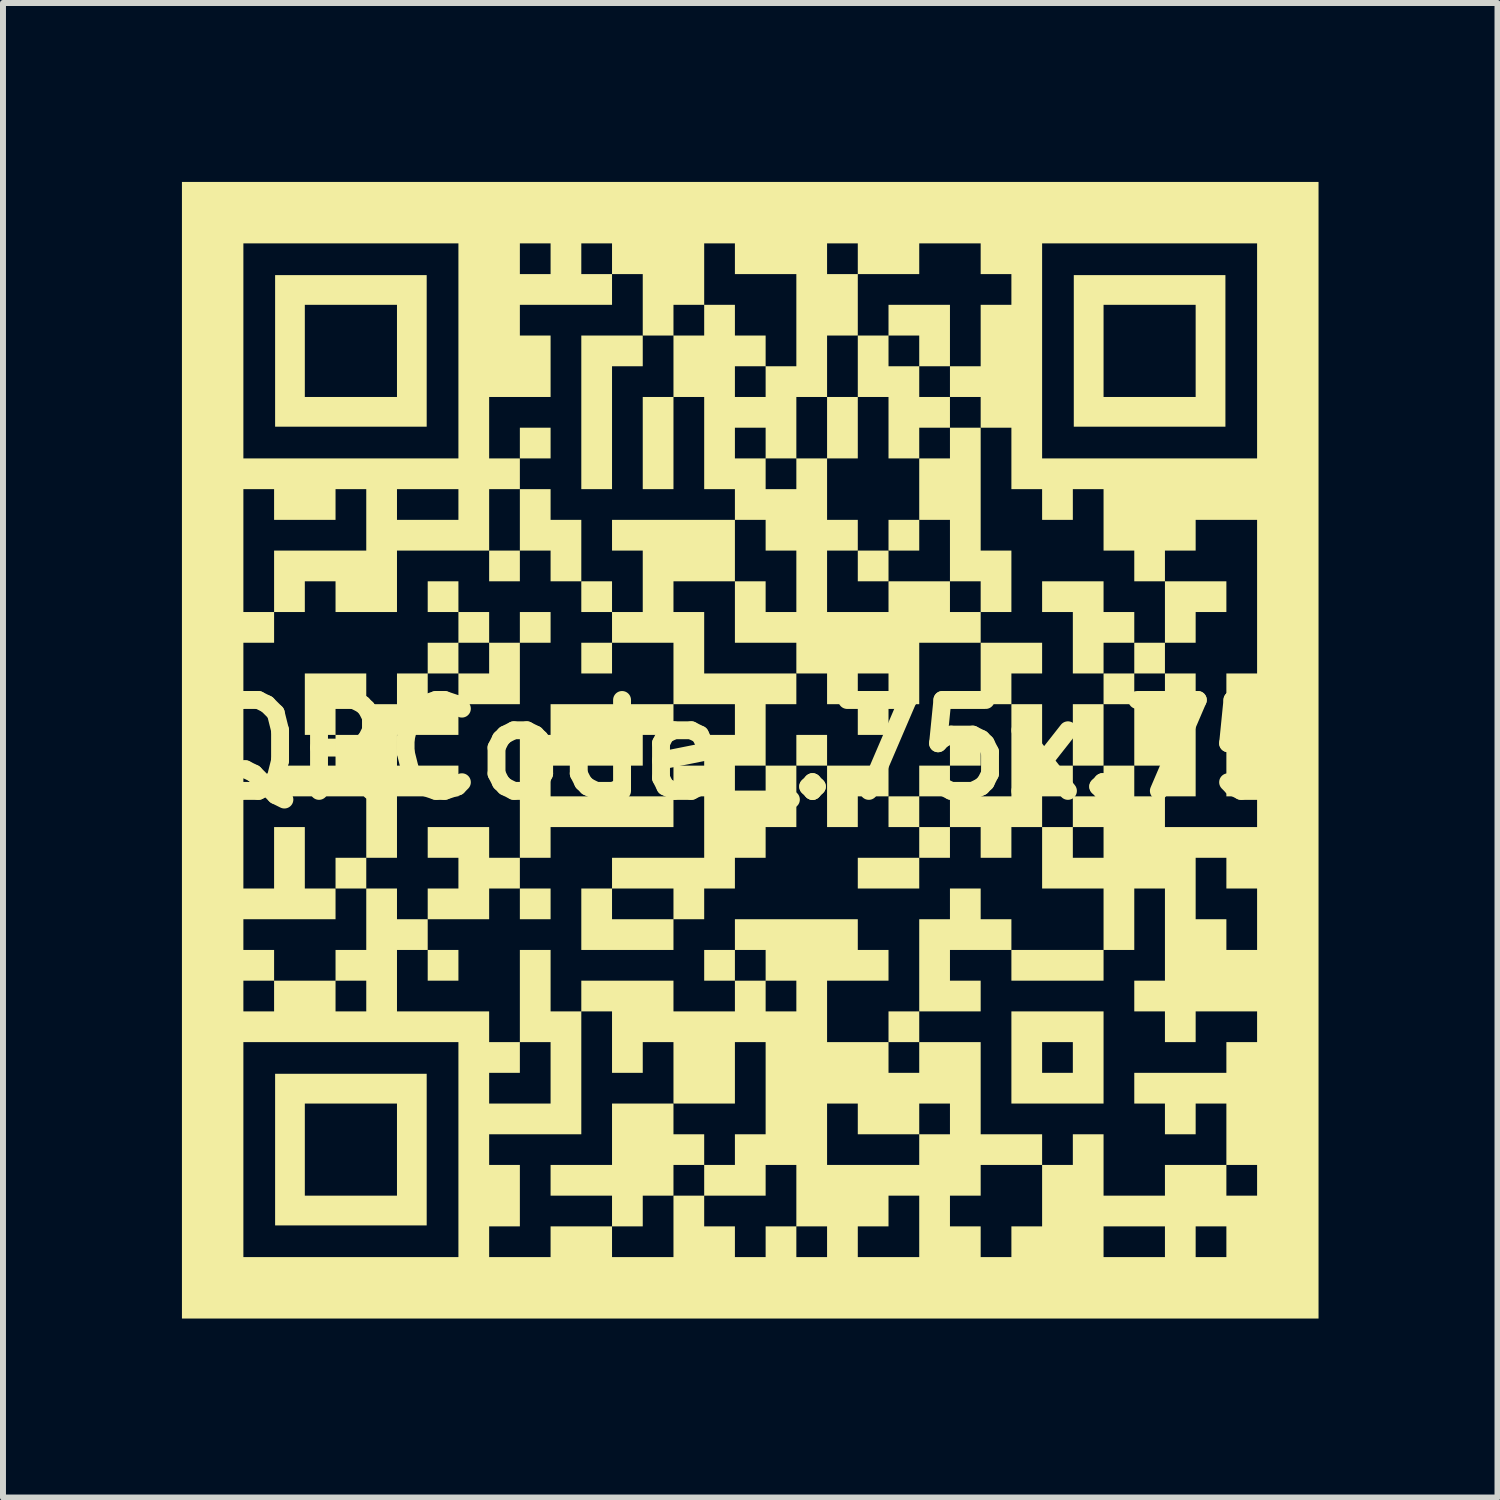
<source format=kicad_pcb>
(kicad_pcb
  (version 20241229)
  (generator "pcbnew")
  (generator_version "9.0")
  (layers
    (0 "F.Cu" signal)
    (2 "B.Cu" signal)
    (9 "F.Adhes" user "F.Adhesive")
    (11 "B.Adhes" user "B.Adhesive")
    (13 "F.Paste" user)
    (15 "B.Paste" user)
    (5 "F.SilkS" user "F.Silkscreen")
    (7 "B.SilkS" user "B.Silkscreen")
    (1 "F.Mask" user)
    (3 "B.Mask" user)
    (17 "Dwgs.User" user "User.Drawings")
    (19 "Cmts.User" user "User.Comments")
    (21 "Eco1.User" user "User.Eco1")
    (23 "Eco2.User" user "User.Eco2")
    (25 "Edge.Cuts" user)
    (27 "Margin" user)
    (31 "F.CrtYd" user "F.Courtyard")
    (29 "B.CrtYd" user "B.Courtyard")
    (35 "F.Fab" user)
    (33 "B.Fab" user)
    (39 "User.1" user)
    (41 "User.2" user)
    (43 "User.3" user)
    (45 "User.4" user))
  (footprint "QRCode_.75x.75"
    (layer "F.Cu")
    (at 9.519 9.519)
    (property "Reference" "QRCode_.75x.75" (at 0 0 0) (layer "F.SilkS") (effects (font (size 1.524 1.524) (thickness 0.3))))
    (attr board_only exclude_from_pos_files exclude_from_bom)
    (fp_poly (pts (xy -6.429 2.326) (xy -6.944 2.326) (xy -6.944 1.811) (xy -6.429 1.811)) (stroke (width 0) (type solid)) (fill yes) (layer "F.SilkS"))
    (fp_poly (pts (xy -4.884 -2.309) (xy -5.399 -2.309) (xy -5.399 -2.824) (xy -4.884 -2.824)) (stroke (width 0) (type solid)) (fill yes) (layer "F.SilkS"))
    (fp_poly (pts (xy -4.884 3.871) (xy -5.399 3.871) (xy -5.399 3.356) (xy -4.884 3.356)) (stroke (width 0) (type solid)) (fill yes) (layer "F.SilkS"))
    (fp_poly (pts (xy -3.854 -2.824) (xy -4.369 -2.824) (xy -4.369 -3.339) (xy -3.854 -3.339)) (stroke (width 0) (type solid)) (fill yes) (layer "F.SilkS"))
    (fp_poly (pts (xy -3.339 -4.884) (xy -3.854 -4.884) (xy -3.854 -5.399) (xy -3.339 -5.399)) (stroke (width 0) (type solid)) (fill yes) (layer "F.SilkS"))
    (fp_poly (pts (xy -3.339 -1.794) (xy -3.854 -1.794) (xy -3.854 -2.309) (xy -3.339 -2.309)) (stroke (width 0) (type solid)) (fill yes) (layer "F.SilkS"))
    (fp_poly (pts (xy -3.339 2.841) (xy -3.854 2.841) (xy -3.854 2.326) (xy -3.339 2.326)) (stroke (width 0) (type solid)) (fill yes) (layer "F.SilkS"))
    (fp_poly (pts (xy -2.309 -2.309) (xy -2.824 -2.309) (xy -2.824 -2.824) (xy -2.309 -2.824)) (stroke (width 0) (type solid)) (fill yes) (layer "F.SilkS"))
    (fp_poly (pts (xy -2.309 -1.279) (xy -2.824 -1.279) (xy -2.824 -1.794) (xy -2.309 -1.794)) (stroke (width 0) (type solid)) (fill yes) (layer "F.SilkS"))
    (fp_poly (pts (xy -1.279 -4.369) (xy -1.794 -4.369) (xy -1.794 -5.914) (xy -1.279 -5.914)) (stroke (width 0) (type solid)) (fill yes) (layer "F.SilkS"))
    (fp_poly (pts (xy -0.249 3.871) (xy -0.764 3.871) (xy -0.764 3.356) (xy -0.249 3.356)) (stroke (width 0) (type solid)) (fill yes) (layer "F.SilkS"))
    (fp_poly (pts (xy 1.296 0.266) (xy 0.781 0.266) (xy 0.781 -0.249) (xy 1.296 -0.249)) (stroke (width 0) (type solid)) (fill yes) (layer "F.SilkS"))
    (fp_poly (pts (xy 1.811 -4.884) (xy 1.296 -4.884) (xy 1.296 -5.914) (xy 1.811 -5.914)) (stroke (width 0) (type solid)) (fill yes) (layer "F.SilkS"))
    (fp_poly (pts (xy 2.326 -2.824) (xy 1.811 -2.824) (xy 1.811 -3.339) (xy 2.326 -3.339)) (stroke (width 0) (type solid)) (fill yes) (layer "F.SilkS"))
    (fp_poly (pts (xy 2.326 -0.249) (xy 1.811 -0.249) (xy 1.811 -0.764) (xy 2.326 -0.764)) (stroke (width 0) (type solid)) (fill yes) (layer "F.SilkS"))
    (fp_poly (pts (xy 2.841 -3.339) (xy 2.326 -3.339) (xy 2.326 -3.854) (xy 2.841 -3.854)) (stroke (width 0) (type solid)) (fill yes) (layer "F.SilkS"))
    (fp_poly (pts (xy 2.841 2.326) (xy 1.811 2.326) (xy 1.811 1.811) (xy 2.841 1.811)) (stroke (width 0) (type solid)) (fill yes) (layer "F.SilkS"))
    (fp_poly (pts (xy 2.841 4.901) (xy 2.326 4.901) (xy 2.326 4.386) (xy 2.841 4.386)) (stroke (width 0) (type solid)) (fill yes) (layer "F.SilkS"))
    (fp_poly (pts (xy 3.871 0.266) (xy 3.356 0.266) (xy 3.356 -0.249) (xy 3.871 -0.249)) (stroke (width 0) (type solid)) (fill yes) (layer "F.SilkS"))
    (fp_poly (pts (xy 5.931 0.266) (xy 5.416 0.266) (xy 5.416 -0.764) (xy 5.931 -0.764)) (stroke (width 0) (type solid)) (fill yes) (layer "F.SilkS"))
    (fp_poly (pts (xy 5.931 3.871) (xy 4.386 3.871) (xy 4.386 3.356) (xy 5.931 3.356)) (stroke (width 0) (type solid)) (fill yes) (layer "F.SilkS"))
    (fp_poly (pts (xy -1.794 -6.429) (xy -2.309 -6.429) (xy -2.309 -4.369) (xy -2.824 -4.369) (xy -2.824 -6.944) (xy -1.794 -6.944)) (stroke (width 0) (type solid)) (fill yes) (layer "F.SilkS"))
    (fp_poly (pts (xy 2.326 0.781) (xy 1.811 0.781) (xy 1.811 1.296) (xy 1.296 1.296) (xy 1.296 0.266) (xy 2.326 0.266)) (stroke (width 0) (type solid)) (fill yes) (layer "F.SilkS"))
    (fp_poly (pts (xy 4.901 -1.279) (xy 4.386 -1.279) (xy 4.386 -0.764) (xy 3.871 -0.764) (xy 3.871 -1.794) (xy 4.901 -1.794)) (stroke (width 0) (type solid)) (fill yes) (layer "F.SilkS"))
    (fp_poly (pts (xy 7.99 -2.309) (xy 7.475 -2.309) (xy 7.475 -1.794) (xy 6.96 -1.794) (xy 6.96 -2.824) (xy 7.99 -2.824)) (stroke (width 0) (type solid)) (fill yes) (layer "F.SilkS"))
    (fp_poly (pts (xy -3.854 -4.369) (xy -3.339 -4.369) (xy -3.339 -3.854) (xy -2.824 -3.854) (xy -2.824 -2.824) (xy -3.339 -2.824) (xy -3.339 -3.339) (xy -3.854 -3.339)) (stroke (width 0) (type solid)) (fill yes) (layer "F.SilkS"))
    (fp_poly (pts (xy 7.475 0.781) (xy 6.96 0.781) (xy 6.96 0.266) (xy 6.446 0.266) (xy 6.446 -0.764) (xy 6.96 -0.764) (xy 6.96 -1.279) (xy 7.475 -1.279)) (stroke (width 0) (type solid)) (fill yes) (layer "F.SilkS"))
    (fp_poly (pts (xy -5.416 -5.416) (xy -7.957 -5.416) (xy -7.957 -5.914) (xy -7.459 -5.914) (xy -5.914 -5.914) (xy -5.914 -7.459) (xy -7.459 -7.459) (xy -7.459 -5.914) (xy -7.957 -5.914) (xy -7.957 -7.957) (xy -5.416 -7.957)) (stroke (width 0) (type solid)) (fill yes) (layer "F.SilkS"))
    (fp_poly (pts (xy -5.416 7.974) (xy -7.957 7.974) (xy -7.957 7.475) (xy -7.459 7.475) (xy -5.914 7.475) (xy -5.914 5.931) (xy -7.459 5.931) (xy -7.459 7.475) (xy -7.957 7.475) (xy -7.957 5.432) (xy -5.416 5.432)) (stroke (width 0) (type solid)) (fill yes) (layer "F.SilkS"))
    (fp_poly (pts (xy 5.931 5.931) (xy 4.386 5.931) (xy 4.386 5.416) (xy 4.901 5.416) (xy 5.416 5.416) (xy 5.416 4.901) (xy 4.901 4.901) (xy 4.901 5.416) (xy 4.386 5.416) (xy 4.386 4.386) (xy 5.931 4.386)) (stroke (width 0) (type solid)) (fill yes) (layer "F.SilkS"))
    (fp_poly (pts (xy 7.974 -5.416) (xy 5.432 -5.416) (xy 5.432 -5.914) (xy 5.931 -5.914) (xy 7.475 -5.914) (xy 7.475 -7.459) (xy 5.931 -7.459) (xy 5.931 -5.914) (xy 5.432 -5.914) (xy 5.432 -7.957) (xy 7.974 -7.957)) (stroke (width 0) (type solid)) (fill yes) (layer "F.SilkS"))
    (fp_poly (pts (xy -4.369 1.811) (xy -3.854 1.811) (xy -3.854 2.326) (xy -4.369 2.326) (xy -4.369 2.841) (xy -5.399 2.841) (xy -5.399 2.326) (xy -4.884 2.326) (xy -4.884 1.811) (xy -5.399 1.811) (xy -5.399 1.296) (xy -4.369 1.296)) (stroke (width 0) (type solid)) (fill yes) (layer "F.SilkS"))
    (fp_poly (pts (xy 3.871 2.841) (xy 4.386 2.841) (xy 4.386 3.356) (xy 3.356 3.356) (xy 3.356 3.871) (xy 3.871 3.871) (xy 3.871 4.386) (xy 2.841 4.386) (xy 2.841 2.841) (xy 3.356 2.841) (xy 3.356 2.326) (xy 3.871 2.326)) (stroke (width 0) (type solid)) (fill yes) (layer "F.SilkS"))
    (fp_poly (pts (xy -1.279 6.446) (xy -0.764 6.446) (xy -0.764 6.96) (xy -1.279 6.96) (xy -1.279 7.475) (xy -1.794 7.475) (xy -1.794 7.99) (xy -2.309 7.99) (xy -2.309 7.475) (xy -3.339 7.475) (xy -3.339 6.96) (xy -2.309 6.96) (xy -2.309 5.931) (xy -1.279 5.931)) (stroke (width 0) (type solid)) (fill yes) (layer "F.SilkS"))
    (fp_poly (pts (xy 6.96 -1.794) (xy 6.96 -1.279) (xy 6.446 -1.279) (xy 6.446 -0.764) (xy 5.931 -0.764) (xy 5.931 -1.279) (xy 6.446 -1.279) (xy 6.446 -1.794) (xy 5.931 -1.794) (xy 5.931 -1.279) (xy 5.416 -1.279) (xy 5.416 -2.309) (xy 4.901 -2.309) (xy 4.901 -2.824) (xy 5.931 -2.824) (xy 5.931 -2.309) (xy 6.446 -2.309) (xy 6.446 -1.794)) (stroke (width 0) (type solid)) (fill yes) (layer "F.SilkS"))
    (fp_poly (pts (xy 4.901 0.266) (xy 5.416 0.266) (xy 5.416 0.781) (xy 4.901 0.781) (xy 4.901 1.296) (xy 4.386 1.296) (xy 4.386 1.811) (xy 3.871 1.811) (xy 3.871 1.296) (xy 3.356 1.296) (xy 3.356 1.811) (xy 2.841 1.811) (xy 2.841 1.296) (xy 3.356 1.296) (xy 3.356 0.781) (xy 2.841 0.781) (xy 2.841 1.296) (xy 2.326 1.296) (xy 2.326 0.781) (xy 2.841 0.781) (xy 2.841 0.266) (xy 3.356 0.266) (xy 3.356 0.781) (xy 4.386 0.781) (xy 4.386 -0.764) (xy 4.901 -0.764)) (stroke (width 0) (type solid)) (fill yes) (layer "F.SilkS"))
    (fp_poly (pts (xy 2.841 -4.884) (xy 3.356 -4.884) (xy 3.356 -5.399) (xy 2.841 -5.399) (xy 2.841 -4.884) (xy 2.326 -4.884) (xy 2.326 -5.914) (xy 1.811 -5.914) (xy 1.811 -6.429) (xy 2.326 -6.429) (xy 2.841 -6.429) (xy 2.841 -6.944) (xy 2.326 -6.944) (xy 2.326 -6.429) (xy 1.811 -6.429) (xy 1.811 -6.944) (xy 2.326 -6.944) (xy 2.326 -7.459) (xy 3.356 -7.459) (xy 3.356 -6.429) (xy 2.841 -6.429) (xy 2.841 -5.914) (xy 3.356 -5.914) (xy 3.356 -5.399) (xy 3.871 -5.399) (xy 3.871 -3.339) (xy 4.386 -3.339) (xy 4.386 -2.309) (xy 3.871 -2.309) (xy 3.871 -2.824) (xy 3.356 -2.824) (xy 3.356 -3.854) (xy 2.841 -3.854)) (stroke (width 0) (type solid)) (fill yes) (layer "F.SilkS"))
    (fp_poly (pts (xy -3.854 -1.794) (xy -3.854 -0.764) (xy -4.884 -0.764) (xy -4.884 -0.249) (xy -5.914 -0.249) (xy -5.914 0.266) (xy -4.884 0.266) (xy -4.884 0.781) (xy -5.914 0.781) (xy -5.914 1.811) (xy -6.429 1.811) (xy -6.429 0.781) (xy -7.974 0.781) (xy -7.974 0.266) (xy -6.944 0.266) (xy -6.944 -0.249) (xy -6.429 -0.249) (xy -6.429 -0.764) (xy -6.944 -0.764) (xy -6.944 -0.249) (xy -7.459 -0.249) (xy -7.459 -1.279) (xy -6.429 -1.279) (xy -6.429 -0.764) (xy -5.914 -0.764) (xy -5.399 -0.764) (xy -4.884 -0.764) (xy -4.884 -1.279) (xy -4.369 -1.279) (xy -4.369 -1.794) (xy -4.884 -1.794) (xy -4.884 -1.279) (xy -5.399 -1.279) (xy -5.399 -0.764) (xy -5.914 -0.764) (xy -5.914 -1.279) (xy -5.399 -1.279) (xy -5.399 -1.794) (xy -4.884 -1.794) (xy -4.884 -2.309) (xy -4.369 -2.309) (xy -4.369 -1.794)) (stroke (width 0) (type solid)) (fill yes) (layer "F.SilkS"))
    (fp_poly (pts (xy -2.309 -2.309) (xy -1.794 -2.309) (xy -1.794 -3.339) (xy -2.309 -3.339) (xy -2.309 -3.854) (xy -0.249 -3.854) (xy -0.249 -2.824) (xy -1.279 -2.824) (xy -1.279 -2.309) (xy -0.764 -2.309) (xy -0.764 -1.279) (xy 0.781 -1.279) (xy 0.781 -0.764) (xy 0.266 -0.764) (xy 0.266 0.266) (xy 0.781 0.266) (xy 0.781 1.296) (xy 0.266 1.296) (xy 0.266 1.811) (xy -0.249 1.811) (xy -0.249 2.326) (xy -0.764 2.326) (xy -0.764 2.841) (xy -1.279 2.841) (xy -1.279 3.356) (xy -2.824 3.356) (xy -2.824 2.841) (xy -2.309 2.841) (xy -1.279 2.841) (xy -1.279 2.326) (xy -2.309 2.326) (xy -2.309 2.841) (xy -2.824 2.841) (xy -2.824 2.326) (xy -2.309 2.326) (xy -2.309 1.811) (xy -0.764 1.811) (xy -0.764 0.781) (xy -0.249 0.781) (xy 0.266 0.781) (xy 0.266 0.266) (xy -0.249 0.266) (xy -0.249 0.781) (xy -0.764 0.781) (xy -1.279 0.781) (xy -1.279 1.296) (xy -3.339 1.296) (xy -3.339 1.811) (xy -3.854 1.811) (xy -3.854 0.781) (xy -3.339 0.781) (xy -1.279 0.781) (xy -1.279 0.266) (xy -0.764 0.266) (xy -0.764 -0.249) (xy -0.249 -0.249) (xy -0.249 -0.764) (xy -1.279 -0.764) (xy -1.279 -0.249) (xy -1.794 -0.249) (xy -1.794 0.266) (xy -3.339 0.266) (xy -3.339 0.781) (xy -3.854 0.781) (xy -3.854 -0.249) (xy -3.339 -0.249) (xy -3.339 -0.764) (xy -1.279 -0.764) (xy -1.279 -1.794) (xy -2.309 -1.794)) (stroke (width 0) (type solid)) (fill yes) (layer "F.SilkS"))
    (fp_poly (pts (xy 9.535 9.535) (xy -9.519 9.535) (xy -9.519 8.505) (xy -8.489 8.505) (xy -4.884 8.505) (xy -4.369 8.505) (xy -3.339 8.505) (xy -3.339 7.99) (xy -2.309 7.99) (xy -2.309 8.505) (xy -1.279 8.505) (xy -1.279 7.99) (xy -0.764 7.99) (xy -0.249 7.99) (xy -0.249 8.505) (xy 0.266 8.505) (xy 0.781 8.505) (xy 1.296 8.505) (xy 1.811 8.505) (xy 2.841 8.505) (xy 2.841 7.99) (xy 3.356 7.99) (xy 3.871 7.99) (xy 3.871 8.505) (xy 4.386 8.505) (xy 5.931 8.505) (xy 6.96 8.505) (xy 7.475 8.505) (xy 7.99 8.505) (xy 7.99 7.99) (xy 7.475 7.99) (xy 7.475 8.505) (xy 6.96 8.505) (xy 6.96 7.99) (xy 5.931 7.99) (xy 5.931 8.505) (xy 4.386 8.505) (xy 4.386 7.99) (xy 4.901 7.99) (xy 4.901 6.96) (xy 3.871 6.96) (xy 3.871 7.475) (xy 3.356 7.475) (xy 3.356 7.99) (xy 2.841 7.99) (xy 2.841 7.475) (xy 2.326 7.475) (xy 2.326 7.99) (xy 1.811 7.99) (xy 1.811 8.505) (xy 1.296 8.505) (xy 1.296 7.99) (xy 0.781 7.99) (xy 0.781 8.505) (xy 0.266 8.505) (xy 0.266 7.99) (xy 0.781 7.99) (xy 0.781 6.96) (xy 1.296 6.96) (xy 2.841 6.96) (xy 2.841 6.446) (xy 3.356 6.446) (xy 3.356 5.931) (xy 2.841 5.931) (xy 2.841 6.446) (xy 1.811 6.446) (xy 1.811 5.931) (xy 1.296 5.931) (xy 1.296 6.96) (xy 0.781 6.96) (xy 0.266 6.96) (xy 0.266 7.475) (xy -0.764 7.475) (xy -0.764 7.99) (xy -1.279 7.99) (xy -1.279 7.475) (xy -0.764 7.475) (xy -0.764 6.96) (xy -0.249 6.96) (xy -0.249 6.446) (xy 0.266 6.446) (xy 0.266 4.901) (xy -0.249 4.901) (xy -0.249 5.931) (xy -1.279 5.931) (xy -1.279 4.901) (xy -1.794 4.901) (xy -1.794 5.416) (xy -2.309 5.416) (xy -2.309 4.386) (xy -2.824 4.386) (xy -2.824 6.446) (xy -4.369 6.446) (xy -4.369 6.96) (xy -3.854 6.96) (xy -3.854 7.99) (xy -4.369 7.99) (xy -4.369 8.505) (xy -4.884 8.505) (xy -4.884 5.931) (xy -4.369 5.931) (xy -3.339 5.931) (xy -3.339 4.901) (xy -3.854 4.901) (xy -3.854 5.416) (xy -4.369 5.416) (xy -4.369 5.931) (xy -4.884 5.931) (xy -4.884 4.901) (xy -8.489 4.901) (xy -8.489 8.505) (xy -9.519 8.505) (xy -9.519 4.386) (xy -8.489 4.386) (xy -7.974 4.386) (xy -6.944 4.386) (xy -6.429 4.386) (xy -6.429 3.871) (xy -6.944 3.871) (xy -6.944 4.386) (xy -7.974 4.386) (xy -7.974 3.871) (xy -8.489 3.871) (xy -8.489 4.386) (xy -9.519 4.386) (xy -9.519 3.356) (xy -8.489 3.356) (xy -7.974 3.356) (xy -7.974 3.871) (xy -6.944 3.871) (xy -6.944 3.356) (xy -6.429 3.356) (xy -6.429 2.326) (xy -5.914 2.326) (xy -5.914 2.841) (xy -5.399 2.841) (xy -5.399 3.356) (xy -5.914 3.356) (xy -5.914 4.386) (xy -4.369 4.386) (xy -4.369 4.901) (xy -3.854 4.901) (xy -3.854 3.356) (xy -3.339 3.356) (xy -3.339 4.386) (xy -2.824 4.386) (xy -2.824 3.871) (xy -1.279 3.871) (xy -1.279 4.386) (xy -0.249 4.386) (xy 0.266 4.386) (xy 0.781 4.386) (xy 0.781 3.871) (xy 0.266 3.871) (xy 0.266 4.386) (xy -0.249 4.386) (xy -0.249 3.871) (xy 0.266 3.871) (xy 0.266 3.356) (xy -0.249 3.356) (xy -0.249 2.841) (xy 1.811 2.841) (xy 1.811 3.356) (xy 2.326 3.356) (xy 2.326 3.871) (xy 1.296 3.871) (xy 1.296 4.901) (xy 2.326 4.901) (xy 2.326 5.416) (xy 2.841 5.416) (xy 2.841 4.901) (xy 3.871 4.901) (xy 3.871 6.446) (xy 4.901 6.446) (xy 4.901 6.96) (xy 5.416 6.96) (xy 5.416 6.446) (xy 5.931 6.446) (xy 5.931 7.475) (xy 6.96 7.475) (xy 7.99 7.475) (xy 8.505 7.475) (xy 8.505 6.96) (xy 7.99 6.96) (xy 7.99 7.475) (xy 6.96 7.475) (xy 6.96 6.96) (xy 7.99 6.96) (xy 7.99 5.931) (xy 7.475 5.931) (xy 7.475 6.446) (xy 6.96 6.446) (xy 6.96 5.931) (xy 6.446 5.931) (xy 6.446 5.416) (xy 7.99 5.416) (xy 7.99 4.901) (xy 8.505 4.901) (xy 8.505 4.386) (xy 7.475 4.386) (xy 7.475 4.901) (xy 6.96 4.901) (xy 6.96 4.386) (xy 6.446 4.386) (xy 6.446 3.871) (xy 6.96 3.871) (xy 6.96 2.841) (xy 7.475 2.841) (xy 7.99 2.841) (xy 7.99 3.356) (xy 8.505 3.356) (xy 8.505 2.326) (xy 7.99 2.326) (xy 7.99 1.811) (xy 7.475 1.811) (xy 7.475 2.841) (xy 6.96 2.841) (xy 6.96 2.326) (xy 6.446 2.326) (xy 6.446 3.356) (xy 5.931 3.356) (xy 5.931 2.326) (xy 4.901 2.326) (xy 4.901 1.811) (xy 5.416 1.811) (xy 5.931 1.811) (xy 5.931 1.296) (xy 5.416 1.296) (xy 5.416 1.811) (xy 4.901 1.811) (xy 4.901 1.296) (xy 5.416 1.296) (xy 5.416 0.781) (xy 5.931 0.781) (xy 5.931 0.266) (xy 6.446 0.266) (xy 6.446 0.781) (xy 6.96 0.781) (xy 6.96 1.296) (xy 8.505 1.296) (xy 8.505 0.781) (xy 7.99 0.781) (xy 7.99 -1.279) (xy 8.505 -1.279) (xy 8.505 -3.854) (xy 7.475 -3.854) (xy 7.475 -3.339) (xy 6.96 -3.339) (xy 6.96 -2.824) (xy 6.446 -2.824) (xy 6.446 -3.339) (xy 5.931 -3.339) (xy 5.931 -4.369) (xy 5.416 -4.369) (xy 5.416 -3.854) (xy 4.901 -3.854) (xy 4.901 -4.369) (xy 4.386 -4.369) (xy 4.386 -4.884) (xy 4.901 -4.884) (xy 8.505 -4.884) (xy 8.505 -8.489) (xy 4.901 -8.489) (xy 4.901 -4.884) (xy 4.386 -4.884) (xy 4.386 -5.399) (xy 3.871 -5.399) (xy 3.871 -5.914) (xy 3.356 -5.914) (xy 3.356 -6.429) (xy 3.871 -6.429) (xy 3.871 -7.459) (xy 4.386 -7.459) (xy 4.386 -7.974) (xy 3.871 -7.974) (xy 3.871 -8.489) (xy 2.841 -8.489) (xy 2.841 -7.974) (xy 1.811 -7.974) (xy 1.811 -6.944) (xy 1.296 -6.944) (xy 1.296 -5.914) (xy 0.781 -5.914) (xy 0.781 -4.884) (xy 1.296 -4.884) (xy 1.296 -3.854) (xy 1.811 -3.854) (xy 1.811 -3.339) (xy 1.296 -3.339) (xy 1.296 -2.309) (xy 2.326 -2.309) (xy 2.326 -2.824) (xy 3.356 -2.824) (xy 3.356 -2.309) (xy 3.871 -2.309) (xy 3.871 -1.794) (xy 2.841 -1.794) (xy 2.841 -0.764) (xy 2.326 -0.764) (xy 2.326 -1.279) (xy 1.811 -1.279) (xy 1.811 -0.764) (xy 1.296 -0.764) (xy 1.296 -1.279) (xy 0.781 -1.279) (xy 0.781 -1.794) (xy -0.249 -1.794) (xy -0.249 -2.824) (xy 0.266 -2.824) (xy 0.266 -2.309) (xy 0.781 -2.309) (xy 0.781 -3.339) (xy 0.266 -3.339) (xy 0.266 -3.854) (xy -0.249 -3.854) (xy -0.249 -4.369) (xy 0.266 -4.369) (xy 0.781 -4.369) (xy 0.781 -4.884) (xy 0.266 -4.884) (xy 0.266 -4.369) (xy -0.249 -4.369) (xy -0.764 -4.369) (xy -0.764 -4.884) (xy -0.249 -4.884) (xy 0.266 -4.884) (xy 0.266 -5.399) (xy -0.249 -5.399) (xy -0.249 -4.884) (xy -0.764 -4.884) (xy -0.764 -5.914) (xy -0.249 -5.914) (xy 0.266 -5.914) (xy 0.266 -6.429) (xy -0.249 -6.429) (xy -0.249 -5.914) (xy -0.764 -5.914) (xy -1.279 -5.914) (xy -1.279 -6.944) (xy -0.764 -6.944) (xy -0.764 -7.459) (xy -0.249 -7.459) (xy -0.249 -6.944) (xy 0.266 -6.944) (xy 0.266 -6.429) (xy 0.781 -6.429) (xy 0.781 -7.974) (xy 1.296 -7.974) (xy 1.811 -7.974) (xy 1.811 -8.489) (xy 1.296 -8.489) (xy 1.296 -7.974) (xy 0.781 -7.974) (xy -0.249 -7.974) (xy -0.249 -8.489) (xy -0.764 -8.489) (xy -0.764 -7.459) (xy -1.279 -7.459) (xy -1.279 -6.944) (xy -1.794 -6.944) (xy -1.794 -7.974) (xy -2.309 -7.974) (xy -2.309 -7.459) (xy -3.854 -7.459) (xy -3.854 -6.944) (xy -3.339 -6.944) (xy -3.339 -5.914) (xy -4.369 -5.914) (xy -4.369 -4.884) (xy -3.854 -4.884) (xy -3.854 -4.369) (xy -4.369 -4.369) (xy -4.369 -3.339) (xy -5.914 -3.339) (xy -5.914 -2.309) (xy -6.944 -2.309) (xy -6.944 -2.824) (xy -7.459 -2.824) (xy -7.459 -2.309) (xy -7.974 -2.309) (xy -7.974 -1.794) (xy -8.489 -1.794) (xy -8.489 2.326) (xy -7.974 2.326) (xy -7.974 1.296) (xy -7.459 1.296) (xy -7.459 2.326) (xy -6.944 2.326) (xy -6.944 2.841) (xy -8.489 2.841) (xy -8.489 3.356) (xy -9.519 3.356) (xy -9.519 -2.309) (xy -8.489 -2.309) (xy -7.974 -2.309) (xy -7.974 -3.339) (xy -6.429 -3.339) (xy -6.429 -3.854) (xy -5.914 -3.854) (xy -4.884 -3.854) (xy -4.884 -4.369) (xy -5.914 -4.369) (xy -5.914 -3.854) (xy -6.429 -3.854) (xy -6.429 -4.369) (xy -6.944 -4.369) (xy -6.944 -3.854) (xy -7.974 -3.854) (xy -7.974 -4.369) (xy -8.489 -4.369) (xy -8.489 -2.309) (xy -9.519 -2.309) (xy -9.519 -4.884) (xy -8.489 -4.884) (xy -4.884 -4.884) (xy -4.884 -7.974) (xy -3.854 -7.974) (xy -3.339 -7.974) (xy -2.824 -7.974) (xy -2.309 -7.974) (xy -2.309 -8.489) (xy -2.824 -8.489) (xy -2.824 -7.974) (xy -3.339 -7.974) (xy -3.339 -8.489) (xy -3.854 -8.489) (xy -3.854 -7.974) (xy -4.884 -7.974) (xy -4.884 -8.489) (xy -8.489 -8.489) (xy -8.489 -4.884) (xy -9.519 -4.884) (xy -9.519 -9.519) (xy 9.535 -9.519)) (stroke (width 0) (type solid)) (fill yes) (layer "F.SilkS")))
  (gr_rect
    (start -3 -3)
    (end 22.054 22.054)
    (stroke (width 0.1) (type default))
    (fill no)
    (layer "Edge.Cuts")))
</source>
